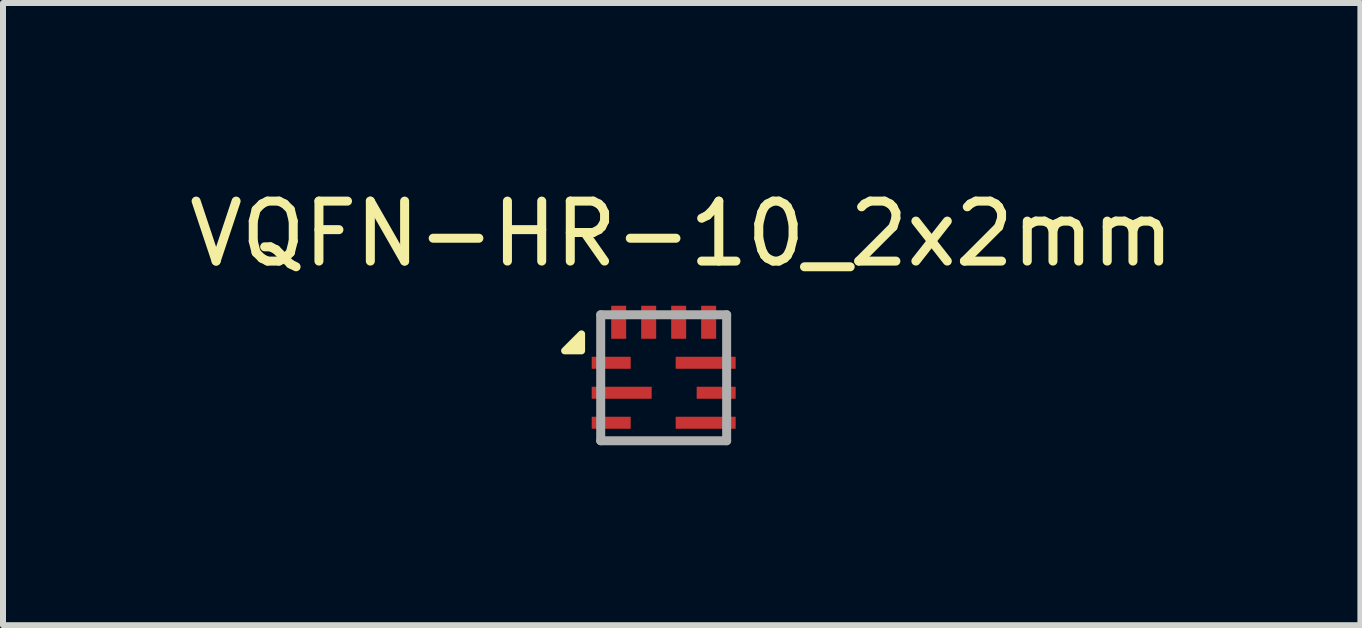
<source format=kicad_pcb>
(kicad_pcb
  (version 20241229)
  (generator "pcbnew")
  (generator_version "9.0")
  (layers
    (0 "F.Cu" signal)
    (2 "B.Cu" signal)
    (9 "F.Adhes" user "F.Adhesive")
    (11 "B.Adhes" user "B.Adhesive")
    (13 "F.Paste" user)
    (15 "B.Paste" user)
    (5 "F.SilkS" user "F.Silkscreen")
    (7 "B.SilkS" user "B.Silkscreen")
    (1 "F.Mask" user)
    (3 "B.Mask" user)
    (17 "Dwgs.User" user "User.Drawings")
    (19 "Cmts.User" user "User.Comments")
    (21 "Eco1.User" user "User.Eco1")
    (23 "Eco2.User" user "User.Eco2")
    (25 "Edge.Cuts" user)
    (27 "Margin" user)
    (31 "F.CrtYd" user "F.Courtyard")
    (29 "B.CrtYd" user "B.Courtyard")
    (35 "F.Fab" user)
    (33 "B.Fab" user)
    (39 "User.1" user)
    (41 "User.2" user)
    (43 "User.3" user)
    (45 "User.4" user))
  (footprint "VQFN-HR-10_2x2mm"
    (layer "F.Cu")
    (at 8.015 3.248)
    (property "Reference" "VQFN-HR-10_2x2mm" (at 0.3 -2.4 0) (unlocked yes) (layer "F.SilkS") (effects (font (size 1 1) (thickness 0.15))))
    (attr smd)
    (fp_line (start -1.05 -1.05) (end -1.05 -0.425) (stroke (width 0.1) (type default)) (layer "F.SilkS"))
    (fp_line (start -1.05 -1.05) (end -1 -1.05) (stroke (width 0.1) (type default)) (layer "F.SilkS"))
    (fp_line (start -1.05 1.05) (end -1.05 1) (stroke (width 0.1) (type default)) (layer "F.SilkS"))
    (fp_line (start -1.05 1.05) (end 1.05 1.05) (stroke (width 0.1) (type default)) (layer "F.SilkS"))
    (fp_line (start 1.05 -1.05) (end 1 -1.05) (stroke (width 0.1) (type default)) (layer "F.SilkS"))
    (fp_line (start 1.05 -1.05) (end 1.05 -0.425) (stroke (width 0.1) (type default)) (layer "F.SilkS"))
    (fp_line (start 1.05 1.05) (end 1.05 1) (stroke (width 0.1) (type default)) (layer "F.SilkS"))
    (fp_poly (pts (xy -1.37 -0.45) (xy -1.65 -0.45) (xy -1.37 -0.73) (xy -1.37 -0.45)) (stroke (width 0.12) (type solid)) (fill yes) (layer "F.SilkS"))
    (fp_line (start -1.05 -1.05) (end 1.05 -1.05) (stroke (width 0.15) (type solid)) (layer "F.Fab"))
    (fp_line (start -1.05 1.05) (end -1.05 -1.05) (stroke (width 0.15) (type solid)) (layer "F.Fab"))
    (fp_line (start -1.05 1.05) (end 1.05 1.05) (stroke (width 0.15) (type solid)) (layer "F.Fab"))
    (fp_line (start 1.05 1.05) (end 1.05 -1.05) (stroke (width 0.15) (type solid)) (layer "F.Fab"))
    (pad "1" smd rect (at -0.875 -0.25) (size 0.65 0.2) (layers "F.Cu" "F.Mask" "F.Paste"))
    (pad "2" smd rect (at -0.7 0.25) (size 1 0.2) (layers "F.Cu" "F.Mask" "F.Paste"))
    (pad "3" smd rect (at -0.875 0.75) (size 0.65 0.2) (layers "F.Cu" "F.Mask" "F.Paste"))
    (pad "4" smd rect (at 0.7 0.75) (size 1 0.2) (layers "F.Cu" "F.Mask" "F.Paste"))
    (pad "5" smd rect (at 0.875 0.25) (size 0.65 0.2) (layers "F.Cu" "F.Mask" "F.Paste"))
    (pad "6" smd rect (at 0.7 -0.25) (size 1 0.2) (layers "F.Cu" "F.Mask" "F.Paste"))
    (pad "7" smd rect (at 0.75 -0.925) (size 0.25 0.55) (layers "F.Cu" "F.Mask" "F.Paste"))
    (pad "8" smd rect (at 0.25 -0.925) (size 0.25 0.55) (layers "F.Cu" "F.Mask" "F.Paste"))
    (pad "9" smd rect (at -0.25 -0.925) (size 0.25 0.55) (layers "F.Cu" "F.Mask" "F.Paste"))
    (pad "10" smd rect (at -0.75 -0.925) (size 0.25 0.55) (layers "F.Cu" "F.Mask" "F.Paste")))
  (gr_rect
    (start -3 -3)
    (end 19.631 7.373)
    (stroke (width 0.1) (type default))
    (fill no)
    (layer "Edge.Cuts")))
</source>
